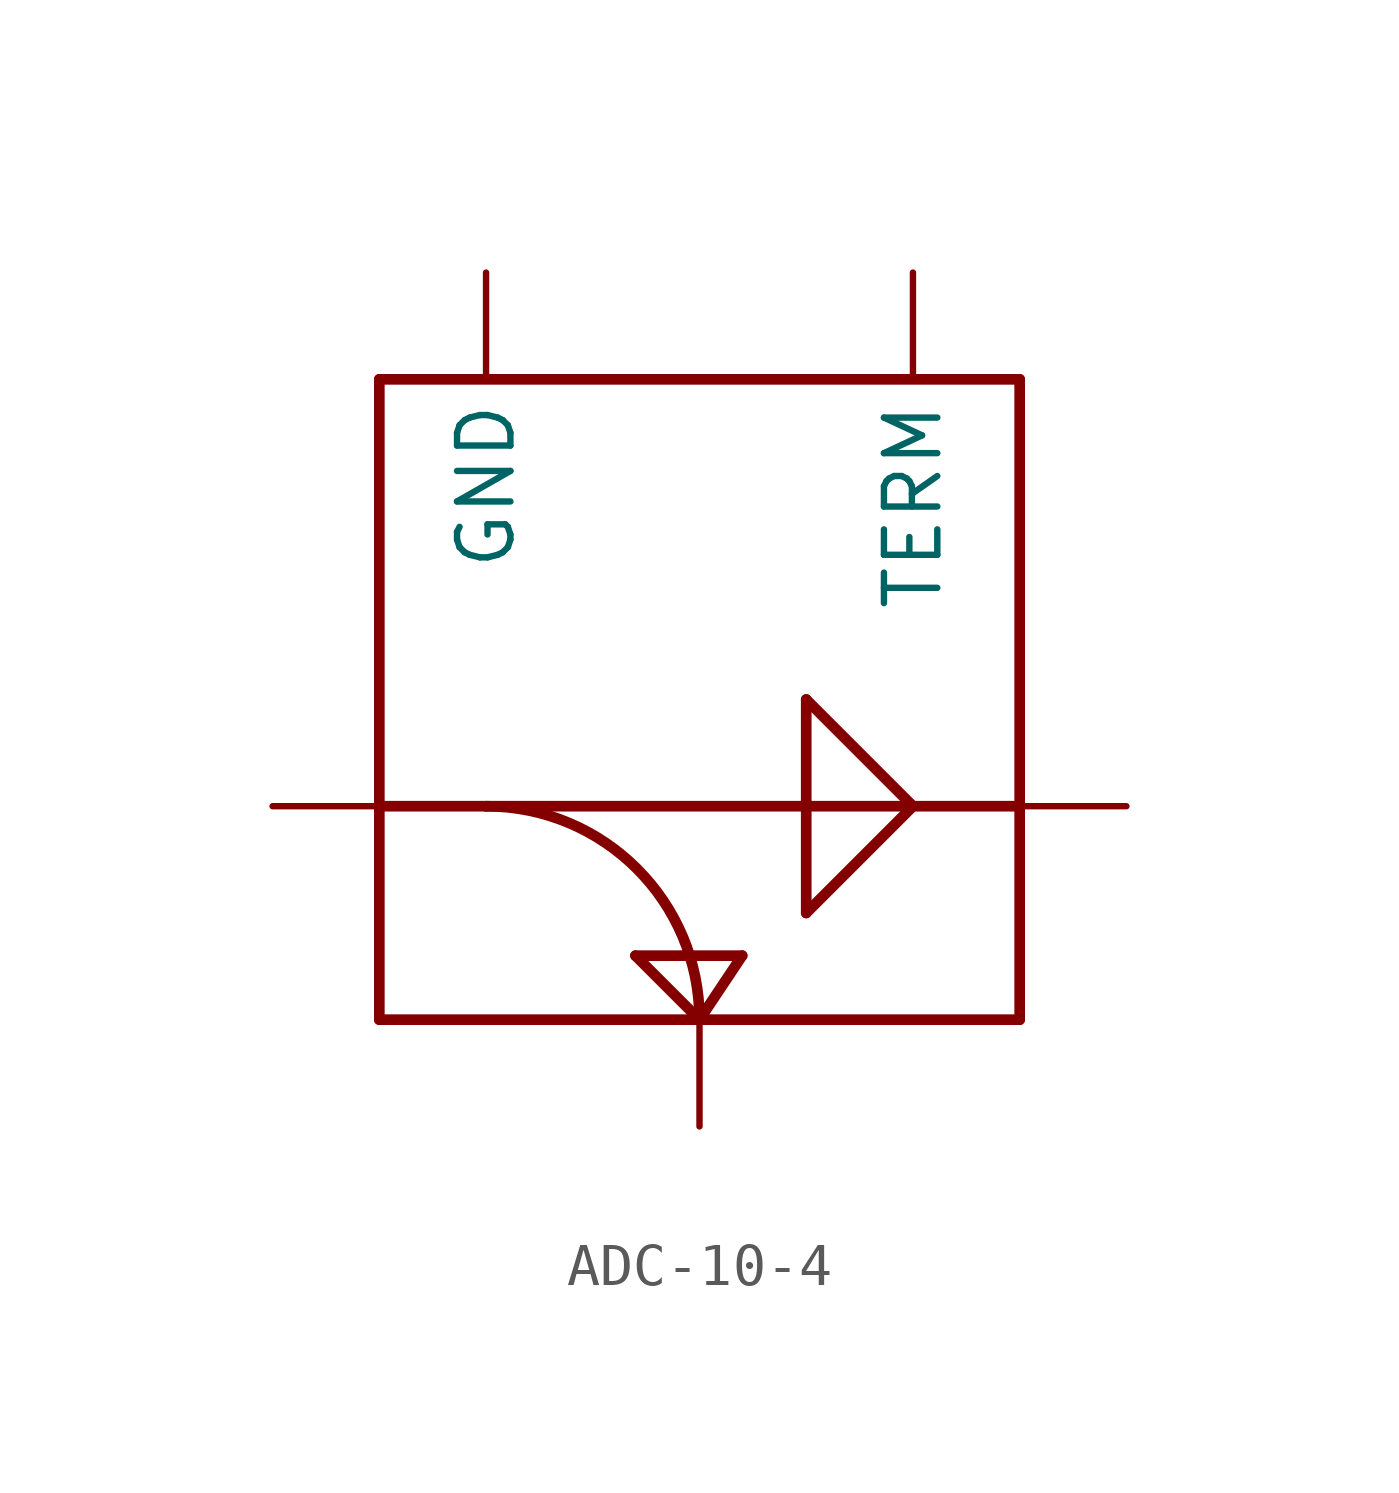
<source format=kicad_sym>
(kicad_symbol_lib
  (version 20211014)
  (generator kicad_symbol_editor)
  (symbol "ADC-10-4"
    (property "Reference" ""
      (at 0 0 0)
      (effects (font (size 1.27 1.27)) hide))
    (property "ki_locked" ""
      (at 0 0 0)
      (effects (font (size 1.27 1.27))))
    (symbol "ADC-10-4_1_0"
      (arc (start 0 -5.08) (mid -1.4879 -1.4879) (end -5.08 0) (stroke (width 0.254) (type default) (color 0 0 0 0)) (fill (type none)))
      (polyline (pts (xy -7.62 -5.08) (xy -7.62 0)) (stroke (width 0.254) (type default) (color 0 0 0 0)) (fill (type none)))
      (polyline (pts (xy -7.62 0) (xy -7.62 10.16)) (stroke (width 0.254) (type default) (color 0 0 0 0)) (fill (type none)))
      (polyline (pts (xy -7.62 0) (xy -5.08 0)) (stroke (width 0.254) (type default) (color 0 0 0 0)) (fill (type none)))
      (polyline (pts (xy -7.62 10.16) (xy 7.62 10.16)) (stroke (width 0.254) (type default) (color 0 0 0 0)) (fill (type none)))
      (polyline (pts (xy -5.08 0) (xy 5.08 0)) (stroke (width 0.254) (type default) (color 0 0 0 0)) (fill (type none)))
      (polyline (pts (xy -1.524 -3.556) (xy 1.016 -3.556)) (stroke (width 0.254) (type default) (color 0 0 0 0)) (fill (type none)))
      (polyline (pts (xy 0 -5.08) (xy -7.62 -5.08)) (stroke (width 0.254) (type default) (color 0 0 0 0)) (fill (type none)))
      (polyline (pts (xy 0 -5.08) (xy -1.524 -3.556)) (stroke (width 0.254) (type default) (color 0 0 0 0)) (fill (type none)))
      (polyline (pts (xy 1.016 -3.556) (xy 0 -5.08)) (stroke (width 0.254) (type default) (color 0 0 0 0)) (fill (type none)))
      (polyline (pts (xy 2.54 -2.54) (xy 2.54 2.54)) (stroke (width 0.254) (type default) (color 0 0 0 0)) (fill (type none)))
      (polyline (pts (xy 2.54 2.54) (xy 5.08 0)) (stroke (width 0.254) (type default) (color 0 0 0 0)) (fill (type none)))
      (polyline (pts (xy 5.08 0) (xy 2.54 -2.54)) (stroke (width 0.254) (type default) (color 0 0 0 0)) (fill (type none)))
      (polyline (pts (xy 5.08 0) (xy 7.62 0)) (stroke (width 0.254) (type default) (color 0 0 0 0)) (fill (type none)))
      (polyline (pts (xy 7.62 -5.08) (xy 0 -5.08)) (stroke (width 0.254) (type default) (color 0 0 0 0)) (fill (type none)))
      (polyline (pts (xy 7.62 0) (xy 7.62 -5.08)) (stroke (width 0.254) (type default) (color 0 0 0 0)) (fill (type none)))
      (polyline (pts (xy 7.62 10.16) (xy 7.62 0)) (stroke (width 0.254) (type default) (color 0 0 0 0)) (fill (type none)))
      (pin bidirectional line (at -10.16 0 0) (length 2.54) (name "IN" (effects (font (size 0 0)))) (number "P1" (effects (font (size 0 0)))))
      (pin bidirectional line (at -5.08 12.7 270) (length 2.54) (name "GND" (effects (font (size 1.27 1.27)))) (number "P2" (effects (font (size 0 0)))))
      (pin bidirectional line (at 0 -7.62 90) (length 2.54) (name "COUP" (effects (font (size 0 0)))) (number "P3" (effects (font (size 0 0)))))
      (pin bidirectional line (at 5.08 12.7 270) (length 2.54) (name "TERM" (effects (font (size 1.27 1.27)))) (number "P4" (effects (font (size 0 0)))))
      (pin bidirectional line (at 10.16 0 180) (length 2.54) (name "OUT" (effects (font (size 0 0)))) (number "P6" (effects (font (size 0 0))))))))
</source>
